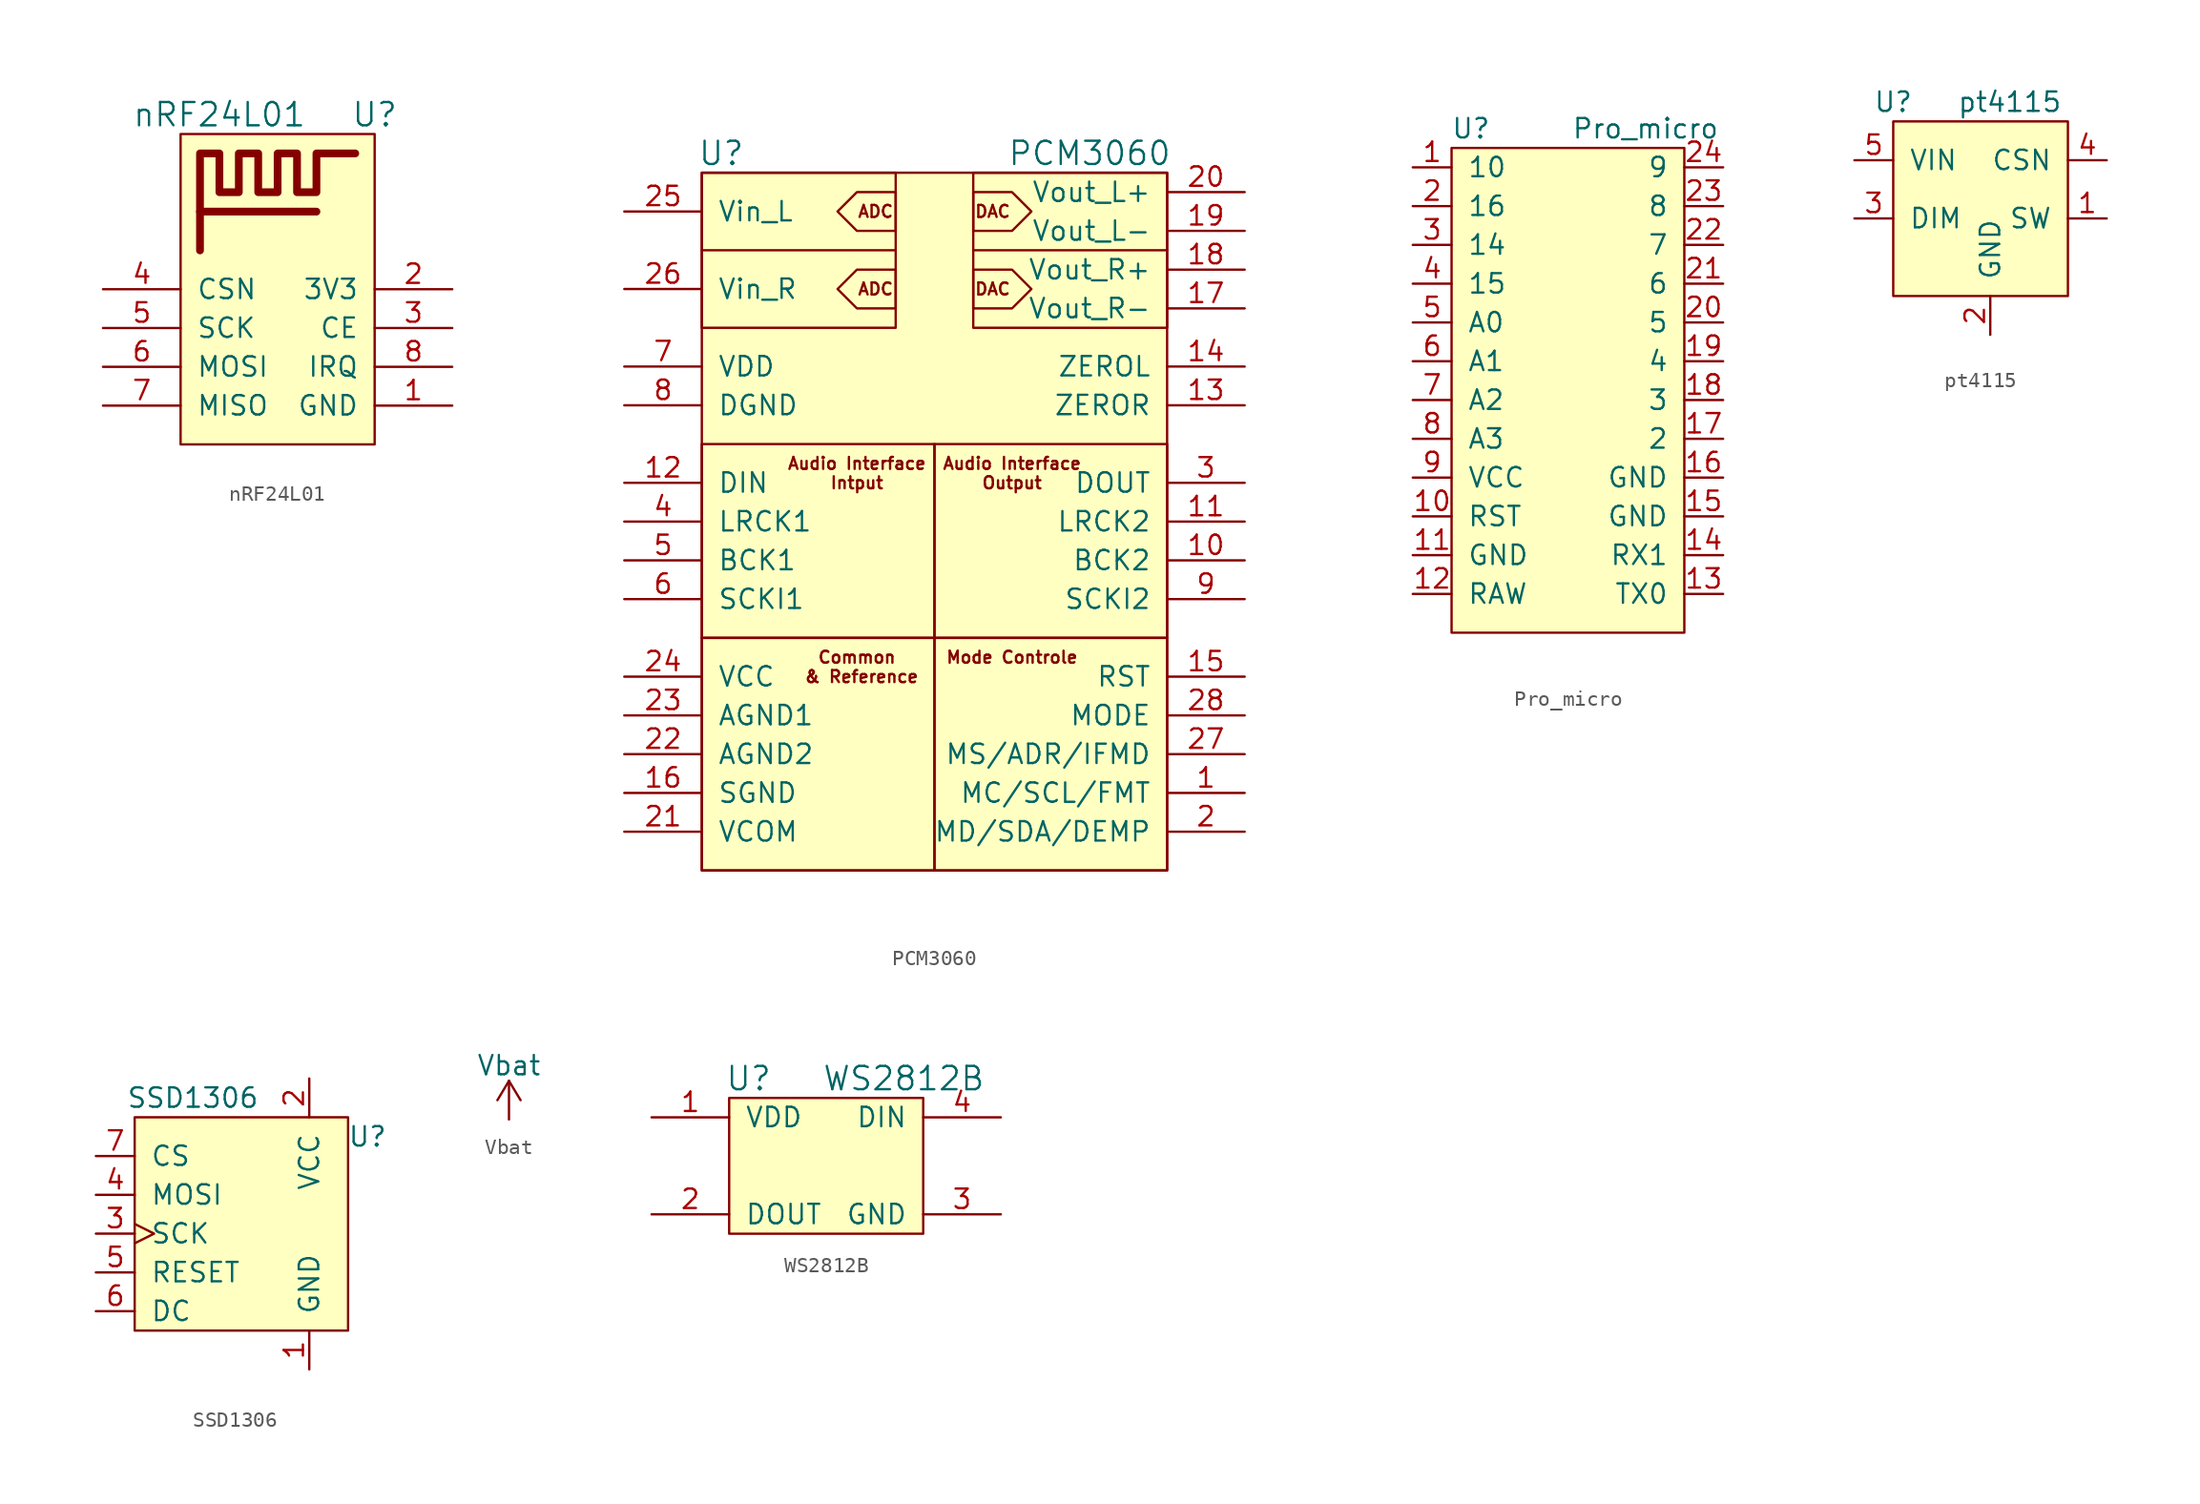
<source format=kicad_sym>
(kicad_symbol_lib
  (version 20211014)
  (generator kicad_symbol_editor)
  (symbol "nRF24L01"
    (pin_names
      (offset 1.016))
    (property "Reference" "U"
      (at 6.35 12.7 0)
      (effects (font (size 1.524 1.524))))
    (property "Value" "nRF24L01"
      (at -3.81 12.7 0)
      (effects (font (size 1.524 1.524))))
    (symbol "nRF24L01_0_1"
      (rectangle (start 6.35 11.43) (end -6.35 -8.89) (stroke (width 0) (type default) (color 0 0 0 0)) (fill (type background))))
    (symbol "nRF24L01_1_1"
      (polyline (pts (xy -5.08 6.35) (xy 2.54 6.35)) (stroke (width 0.508) (type default) (color 0 0 0 0)) (fill (type none)))
      (polyline (pts (xy -5.08 3.81) (xy -5.08 10.16) (xy -3.81 10.16) (xy -3.81 7.62) (xy -2.54 7.62) (xy -2.54 10.16) (xy -1.27 10.16) (xy -1.27 7.62) (xy 0 7.62) (xy 0 10.16) (xy 1.27 10.16) (xy 1.27 7.62) (xy 2.54 7.62) (xy 2.54 10.16) (xy 5.08 10.16)) (stroke (width 0.508) (type default) (color 0 0 0 0)) (fill (type none)))
      (pin input line (at 11.43 -6.35 180) (length 5.08) (name "GND" (effects (font (size 1.27 1.27)))) (number "1" (effects (font (size 1.27 1.27)))))
      (pin power_in line (at 11.43 1.27 180) (length 5.08) (name "3V3" (effects (font (size 1.27 1.27)))) (number "2" (effects (font (size 1.27 1.27)))))
      (pin input line (at 11.43 -1.27 180) (length 5.08) (name "CE" (effects (font (size 1.27 1.27)))) (number "3" (effects (font (size 1.27 1.27)))))
      (pin input line (at -11.43 1.27 0) (length 5.08) (name "CSN" (effects (font (size 1.27 1.27)))) (number "4" (effects (font (size 1.27 1.27)))))
      (pin input line (at -11.43 -1.27 0) (length 5.08) (name "SCK" (effects (font (size 1.27 1.27)))) (number "5" (effects (font (size 1.27 1.27)))))
      (pin input line (at -11.43 -3.81 0) (length 5.08) (name "MOSI" (effects (font (size 1.27 1.27)))) (number "6" (effects (font (size 1.27 1.27)))))
      (pin tri_state line (at -11.43 -6.35 0) (length 5.08) (name "MISO" (effects (font (size 1.27 1.27)))) (number "7" (effects (font (size 1.27 1.27)))))
      (pin output line (at 11.43 -3.81 180) (length 5.08) (name "IRQ" (effects (font (size 1.27 1.27)))) (number "8" (effects (font (size 1.27 1.27)))))))
  (symbol "PCM3060"
    (pin_names
      (offset 1.016))
    (property "Reference" "U"
      (at -13.97 78.74 0)
      (effects (font (size 1.524 1.524))))
    (property "Value" "PCM3060"
      (at 10.16 78.74 0)
      (effects (font (size 1.524 1.524))))
    (symbol "PCM3060_0_0"
      (rectangle (start -15.24 59.69) (end 0 46.99) (stroke (width 0) (type default) (color 0 0 0 0)) (fill (type none)))
      (rectangle (start -15.24 77.47) (end -2.54 67.31) (stroke (width 0) (type default) (color 0 0 0 0)) (fill (type none)))
      (polyline (pts (xy -15.24 72.39) (xy -2.54 72.39)) (stroke (width 0) (type default) (color 0 0 0 0)) (fill (type none)))
      (polyline (pts (xy 2.54 72.39) (xy 15.24 72.39)) (stroke (width 0) (type default) (color 0 0 0 0)) (fill (type none)))
      (polyline (pts (xy 2.54 71.12) (xy 2.54 68.58) (xy 5.08 68.58) (xy 6.35 69.85) (xy 5.08 71.12) (xy 2.54 71.12)) (stroke (width 0) (type default) (color 0 0 0 0)) (fill (type none)))
      (polyline (pts (xy 2.54 76.2) (xy 2.54 73.66) (xy 5.08 73.66) (xy 6.35 74.93) (xy 5.08 76.2) (xy 2.54 76.2)) (stroke (width 0) (type default) (color 0 0 0 0)) (fill (type none)))
      (rectangle (start 0 46.99) (end -15.24 31.75) (stroke (width 0) (type default) (color 0 0 0 0)) (fill (type none)))
      (rectangle (start 0 46.99) (end 15.24 59.69) (stroke (width 0) (type default) (color 0 0 0 0)) (fill (type none)))
      (rectangle (start 2.54 77.47) (end 15.24 67.31) (stroke (width 0) (type default) (color 0 0 0 0)) (fill (type none)))
      (rectangle (start 15.24 31.75) (end 0 46.99) (stroke (width 0) (type default) (color 0 0 0 0)) (fill (type none)))
      (text " & Reference" (at -5.08 44.45 0) (effects (font (size 0.787 0.787))))
      (text "ADC" (at -5.08 69.85 0) (effects (font (size 0.787 0.787)) (justify left)))
      (text "ADC" (at -5.08 74.93 0) (effects (font (size 0.787 0.787)) (justify left)))
      (text "Audio Interface" (at -5.08 58.42 0) (effects (font (size 0.787 0.787))))
      (text "Audio Interface" (at 5.08 58.42 0) (effects (font (size 0.787 0.787))))
      (text "Common" (at -5.08 45.72 0) (effects (font (size 0.787 0.787))))
      (text "DAC" (at 3.81 69.85 0) (effects (font (size 0.787 0.787))))
      (text "DAC" (at 3.81 74.93 0) (effects (font (size 0.787 0.787))))
      (text "Intput" (at -5.08 57.15 0) (effects (font (size 0.787 0.787))))
      (text "Mode Controle" (at 5.08 45.72 0) (effects (font (size 0.787 0.787))))
      (text "Output" (at 5.08 57.15 0) (effects (font (size 0.787 0.787)))))
    (symbol "PCM3060_0_1"
      (rectangle (start -15.24 77.47) (end 15.24 31.75) (stroke (width 0) (type default) (color 0 0 0 0)) (fill (type background)))
      (polyline (pts (xy -6.35 69.85) (xy -5.08 71.12) (xy -2.54 71.12) (xy -2.54 68.58) (xy -5.08 68.58) (xy -6.35 69.85)) (stroke (width 0) (type default) (color 0 0 0 0)) (fill (type none)))
      (polyline (pts (xy -6.35 74.93) (xy -5.08 76.2) (xy -2.54 76.2) (xy -2.54 73.66) (xy -5.08 73.66) (xy -6.35 74.93)) (stroke (width 0) (type default) (color 0 0 0 0)) (fill (type none))))
    (symbol "PCM3060_1_1"
      (pin input line (at 20.32 36.83 180) (length 5.08) (name "MC/SCL/FMT" (effects (font (size 1.27 1.27)))) (number "1" (effects (font (size 1.27 1.27)))))
      (pin input line (at 20.32 52.07 180) (length 5.08) (name "BCK2" (effects (font (size 1.27 1.27)))) (number "10" (effects (font (size 1.27 1.27)))))
      (pin input line (at 20.32 54.61 180) (length 5.08) (name "LRCK2" (effects (font (size 1.27 1.27)))) (number "11" (effects (font (size 1.27 1.27)))))
      (pin input line (at -20.32 57.15 0) (length 5.08) (name "DIN" (effects (font (size 1.27 1.27)))) (number "12" (effects (font (size 1.27 1.27)))))
      (pin input line (at 20.32 62.23 180) (length 5.08) (name "ZEROR" (effects (font (size 1.27 1.27)))) (number "13" (effects (font (size 1.27 1.27)))))
      (pin input line (at 20.32 64.77 180) (length 5.08) (name "ZEROL" (effects (font (size 1.27 1.27)))) (number "14" (effects (font (size 1.27 1.27)))))
      (pin input line (at 20.32 44.45 180) (length 5.08) (name "RST" (effects (font (size 1.27 1.27)))) (number "15" (effects (font (size 1.27 1.27)))))
      (pin input line (at -20.32 36.83 0) (length 5.08) (name "SGND" (effects (font (size 1.27 1.27)))) (number "16" (effects (font (size 1.27 1.27)))))
      (pin input line (at 20.32 68.58 180) (length 5.08) (name "Vout_R-" (effects (font (size 1.27 1.27)))) (number "17" (effects (font (size 1.27 1.27)))))
      (pin input line (at 20.32 71.12 180) (length 5.08) (name "Vout_R+" (effects (font (size 1.27 1.27)))) (number "18" (effects (font (size 1.27 1.27)))))
      (pin input line (at 20.32 73.66 180) (length 5.08) (name "Vout_L-" (effects (font (size 1.27 1.27)))) (number "19" (effects (font (size 1.27 1.27)))))
      (pin input line (at 20.32 34.29 180) (length 5.08) (name "MD/SDA/DEMP" (effects (font (size 1.27 1.27)))) (number "2" (effects (font (size 1.27 1.27)))))
      (pin input line (at 20.32 76.2 180) (length 5.08) (name "Vout_L+" (effects (font (size 1.27 1.27)))) (number "20" (effects (font (size 1.27 1.27)))))
      (pin input line (at -20.32 34.29 0) (length 5.08) (name "VCOM" (effects (font (size 1.27 1.27)))) (number "21" (effects (font (size 1.27 1.27)))))
      (pin input line (at -20.32 39.37 0) (length 5.08) (name "AGND2" (effects (font (size 1.27 1.27)))) (number "22" (effects (font (size 1.27 1.27)))))
      (pin input line (at -20.32 41.91 0) (length 5.08) (name "AGND1" (effects (font (size 1.27 1.27)))) (number "23" (effects (font (size 1.27 1.27)))))
      (pin input line (at -20.32 44.45 0) (length 5.08) (name "VCC" (effects (font (size 1.27 1.27)))) (number "24" (effects (font (size 1.27 1.27)))))
      (pin input line (at -20.32 74.93 0) (length 5.08) (name "Vin_L" (effects (font (size 1.27 1.27)))) (number "25" (effects (font (size 1.27 1.27)))))
      (pin input line (at -20.32 69.85 0) (length 5.08) (name "Vin_R" (effects (font (size 1.27 1.27)))) (number "26" (effects (font (size 1.27 1.27)))))
      (pin input line (at 20.32 39.37 180) (length 5.08) (name "MS/ADR/IFMD" (effects (font (size 1.27 1.27)))) (number "27" (effects (font (size 1.27 1.27)))))
      (pin input line (at 20.32 41.91 180) (length 5.08) (name "MODE" (effects (font (size 1.27 1.27)))) (number "28" (effects (font (size 1.27 1.27)))))
      (pin input line (at 20.32 57.15 180) (length 5.08) (name "DOUT" (effects (font (size 1.27 1.27)))) (number "3" (effects (font (size 1.27 1.27)))))
      (pin input line (at -20.32 54.61 0) (length 5.08) (name "LRCK1" (effects (font (size 1.27 1.27)))) (number "4" (effects (font (size 1.27 1.27)))))
      (pin input line (at -20.32 52.07 0) (length 5.08) (name "BCK1" (effects (font (size 1.27 1.27)))) (number "5" (effects (font (size 1.27 1.27)))))
      (pin input line (at -20.32 49.53 0) (length 5.08) (name "SCKI1" (effects (font (size 1.27 1.27)))) (number "6" (effects (font (size 1.27 1.27)))))
      (pin input line (at -20.32 64.77 0) (length 5.08) (name "VDD" (effects (font (size 1.27 1.27)))) (number "7" (effects (font (size 1.27 1.27)))))
      (pin input line (at -20.32 62.23 0) (length 5.08) (name "DGND" (effects (font (size 1.27 1.27)))) (number "8" (effects (font (size 1.27 1.27)))))
      (pin input line (at 20.32 49.53 180) (length 5.08) (name "SCKI2" (effects (font (size 1.27 1.27)))) (number "9" (effects (font (size 1.27 1.27)))))))
  (symbol "Pro_micro"
    (pin_names
      (offset 1.016))
    (property "Reference" "U"
      (at -6.35 17.78 0)
      (effects (font (size 1.27 1.27))))
    (property "Value" "Pro_micro"
      (at 5.08 17.78 0)
      (effects (font (size 1.27 1.27))))
    (symbol "Pro_micro_0_1"
      (rectangle (start -7.62 16.51) (end 7.62 -15.24) (stroke (width 0) (type default) (color 0 0 0 0)) (fill (type background))))
    (symbol "Pro_micro_1_1"
      (pin input line (at -10.16 15.24 0) (length 2.54) (name "10" (effects (font (size 1.27 1.27)))) (number "1" (effects (font (size 1.27 1.27)))))
      (pin input line (at -10.16 -7.62 0) (length 2.54) (name "RST" (effects (font (size 1.27 1.27)))) (number "10" (effects (font (size 1.27 1.27)))))
      (pin input line (at -10.16 -10.16 0) (length 2.54) (name "GND" (effects (font (size 1.27 1.27)))) (number "11" (effects (font (size 1.27 1.27)))))
      (pin input line (at -10.16 -12.7 0) (length 2.54) (name "RAW" (effects (font (size 1.27 1.27)))) (number "12" (effects (font (size 1.27 1.27)))))
      (pin input line (at 10.16 -12.7 180) (length 2.54) (name "TX0" (effects (font (size 1.27 1.27)))) (number "13" (effects (font (size 1.27 1.27)))))
      (pin input line (at 10.16 -10.16 180) (length 2.54) (name "RX1" (effects (font (size 1.27 1.27)))) (number "14" (effects (font (size 1.27 1.27)))))
      (pin input line (at 10.16 -7.62 180) (length 2.54) (name "GND" (effects (font (size 1.27 1.27)))) (number "15" (effects (font (size 1.27 1.27)))))
      (pin input line (at 10.16 -5.08 180) (length 2.54) (name "GND" (effects (font (size 1.27 1.27)))) (number "16" (effects (font (size 1.27 1.27)))))
      (pin input line (at 10.16 -2.54 180) (length 2.54) (name "2" (effects (font (size 1.27 1.27)))) (number "17" (effects (font (size 1.27 1.27)))))
      (pin input line (at 10.16 0 180) (length 2.54) (name "3" (effects (font (size 1.27 1.27)))) (number "18" (effects (font (size 1.27 1.27)))))
      (pin input line (at 10.16 2.54 180) (length 2.54) (name "4" (effects (font (size 1.27 1.27)))) (number "19" (effects (font (size 1.27 1.27)))))
      (pin input line (at -10.16 12.7 0) (length 2.54) (name "16" (effects (font (size 1.27 1.27)))) (number "2" (effects (font (size 1.27 1.27)))))
      (pin input line (at 10.16 5.08 180) (length 2.54) (name "5" (effects (font (size 1.27 1.27)))) (number "20" (effects (font (size 1.27 1.27)))))
      (pin input line (at 10.16 7.62 180) (length 2.54) (name "6" (effects (font (size 1.27 1.27)))) (number "21" (effects (font (size 1.27 1.27)))))
      (pin input line (at 10.16 10.16 180) (length 2.54) (name "7" (effects (font (size 1.27 1.27)))) (number "22" (effects (font (size 1.27 1.27)))))
      (pin input line (at 10.16 12.7 180) (length 2.54) (name "8" (effects (font (size 1.27 1.27)))) (number "23" (effects (font (size 1.27 1.27)))))
      (pin input line (at 10.16 15.24 180) (length 2.54) (name "9" (effects (font (size 1.27 1.27)))) (number "24" (effects (font (size 1.27 1.27)))))
      (pin input line (at -10.16 10.16 0) (length 2.54) (name "14" (effects (font (size 1.27 1.27)))) (number "3" (effects (font (size 1.27 1.27)))))
      (pin input line (at -10.16 7.62 0) (length 2.54) (name "15" (effects (font (size 1.27 1.27)))) (number "4" (effects (font (size 1.27 1.27)))))
      (pin input line (at -10.16 5.08 0) (length 2.54) (name "A0" (effects (font (size 1.27 1.27)))) (number "5" (effects (font (size 1.27 1.27)))))
      (pin input line (at -10.16 2.54 0) (length 2.54) (name "A1" (effects (font (size 1.27 1.27)))) (number "6" (effects (font (size 1.27 1.27)))))
      (pin input line (at -10.16 0 0) (length 2.54) (name "A2" (effects (font (size 1.27 1.27)))) (number "7" (effects (font (size 1.27 1.27)))))
      (pin input line (at -10.16 -2.54 0) (length 2.54) (name "A3" (effects (font (size 1.27 1.27)))) (number "8" (effects (font (size 1.27 1.27)))))
      (pin input line (at -10.16 -5.08 0) (length 2.54) (name "VCC" (effects (font (size 1.27 1.27)))) (number "9" (effects (font (size 1.27 1.27)))))))
  (symbol "pt4115"
    (pin_names
      (offset 1.016))
    (property "Reference" "U"
      (at -6.35 6.35 0)
      (effects (font (size 1.27 1.27))))
    (property "Value" "pt4115"
      (at 1.27 6.35 0)
      (effects (font (size 1.27 1.27))))
    (symbol "pt4115_0_1"
      (rectangle (start -6.35 5.08) (end 5.08 -6.35) (stroke (width 0) (type default) (color 0 0 0 0)) (fill (type background))))
    (symbol "pt4115_1_1"
      (pin input line (at 7.62 -1.27 180) (length 2.54) (name "SW" (effects (font (size 1.27 1.27)))) (number "1" (effects (font (size 1.27 1.27)))))
      (pin input line (at 0 -8.89 90) (length 2.54) (name "GND" (effects (font (size 1.27 1.27)))) (number "2" (effects (font (size 1.27 1.27)))))
      (pin input line (at -8.89 -1.27 0) (length 2.54) (name "DIM" (effects (font (size 1.27 1.27)))) (number "3" (effects (font (size 1.27 1.27)))))
      (pin input line (at 7.62 2.54 180) (length 2.54) (name "CSN" (effects (font (size 1.27 1.27)))) (number "4" (effects (font (size 1.27 1.27)))))
      (pin input line (at -8.89 2.54 0) (length 2.54) (name "VIN" (effects (font (size 1.27 1.27)))) (number "5" (effects (font (size 1.27 1.27)))))))
  (symbol "SSD1306"
    (pin_names
      (offset 1.016))
    (property "Reference" "U"
      (at 7.62 5.08 0)
      (effects (font (size 1.27 1.27))))
    (property "Value" "SSD1306"
      (at -3.81 7.62 0)
      (effects (font (size 1.27 1.27))))
    (symbol "SSD1306_0_1"
      (rectangle (start -7.62 6.35) (end 6.35 -7.62) (stroke (width 0) (type default) (color 0 0 0 0)) (fill (type background))))
    (symbol "SSD1306_1_1"
      (pin power_in line (at 3.81 -10.16 90) (length 2.54) (name "GND" (effects (font (size 1.27 1.27)))) (number "1" (effects (font (size 1.27 1.27)))))
      (pin power_in line (at 3.81 8.89 270) (length 2.54) (name "VCC" (effects (font (size 1.27 1.27)))) (number "2" (effects (font (size 1.27 1.27)))))
      (pin bidirectional clock (at -10.16 -1.27 0) (length 2.54) (name "SCK" (effects (font (size 1.27 1.27)))) (number "3" (effects (font (size 1.27 1.27)))))
      (pin bidirectional line (at -10.16 1.27 0) (length 2.54) (name "MOSI" (effects (font (size 1.27 1.27)))) (number "4" (effects (font (size 1.27 1.27)))))
      (pin input line (at -10.16 -3.81 0) (length 2.54) (name "RESET" (effects (font (size 1.27 1.27)))) (number "5" (effects (font (size 1.27 1.27)))))
      (pin input line (at -10.16 -6.35 0) (length 2.54) (name "DC" (effects (font (size 1.27 1.27)))) (number "6" (effects (font (size 1.27 1.27)))))
      (pin input line (at -10.16 3.81 0) (length 2.54) (name "CS" (effects (font (size 1.27 1.27)))) (number "7" (effects (font (size 1.27 1.27)))))))
  (symbol "Vbat"
    (power)
    (pin_names
      (offset 0))
    (property "Reference" "#PWR"
      (at 0 -3.81 0)
      (effects (font (size 1.27 1.27)) hide))
    (property "Value" "Vbat"
      (at 0 3.556 0)
      (effects (font (size 1.27 1.27))))
    (symbol "Vbat_0_1"
      (polyline (pts (xy -0.762 1.27) (xy 0 2.54)) (stroke (width 0) (type default) (color 0 0 0 0)) (fill (type none)))
      (polyline (pts (xy 0 0) (xy 0 2.54)) (stroke (width 0) (type default) (color 0 0 0 0)) (fill (type none)))
      (polyline (pts (xy 0 2.54) (xy 0.762 1.27)) (stroke (width 0) (type default) (color 0 0 0 0)) (fill (type none))))
    (symbol "Vbat_1_1"
      (pin power_in line (at 0 0 90) (length 0) hide (name "VBAT" (effects (font (size 1.27 1.27)))) (number "1" (effects (font (size 1.27 1.27)))))))
  (symbol "WS2812B"
    (pin_names
      (offset 1.016))
    (property "Reference" "U"
      (at -5.08 5.08 0)
      (effects (font (size 1.524 1.524))))
    (property "Value" "WS2812B"
      (at 5.08 5.08 0)
      (effects (font (size 1.524 1.524))))
    (symbol "WS2812B_0_1"
      (rectangle (start -6.35 3.81) (end 6.35 -5.08) (stroke (width 0) (type default) (color 0 0 0 0)) (fill (type background))))
    (symbol "WS2812B_1_1"
      (pin input line (at -11.43 2.54 0) (length 5.08) (name "VDD" (effects (font (size 1.27 1.27)))) (number "1" (effects (font (size 1.27 1.27)))))
      (pin input line (at -11.43 -3.81 0) (length 5.08) (name "DOUT" (effects (font (size 1.27 1.27)))) (number "2" (effects (font (size 1.27 1.27)))))
      (pin input line (at 11.43 -3.81 180) (length 5.08) (name "GND" (effects (font (size 1.27 1.27)))) (number "3" (effects (font (size 1.27 1.27)))))
      (pin input line (at 11.43 2.54 180) (length 5.08) (name "DIN" (effects (font (size 1.27 1.27)))) (number "4" (effects (font (size 1.27 1.27))))))))
</source>
